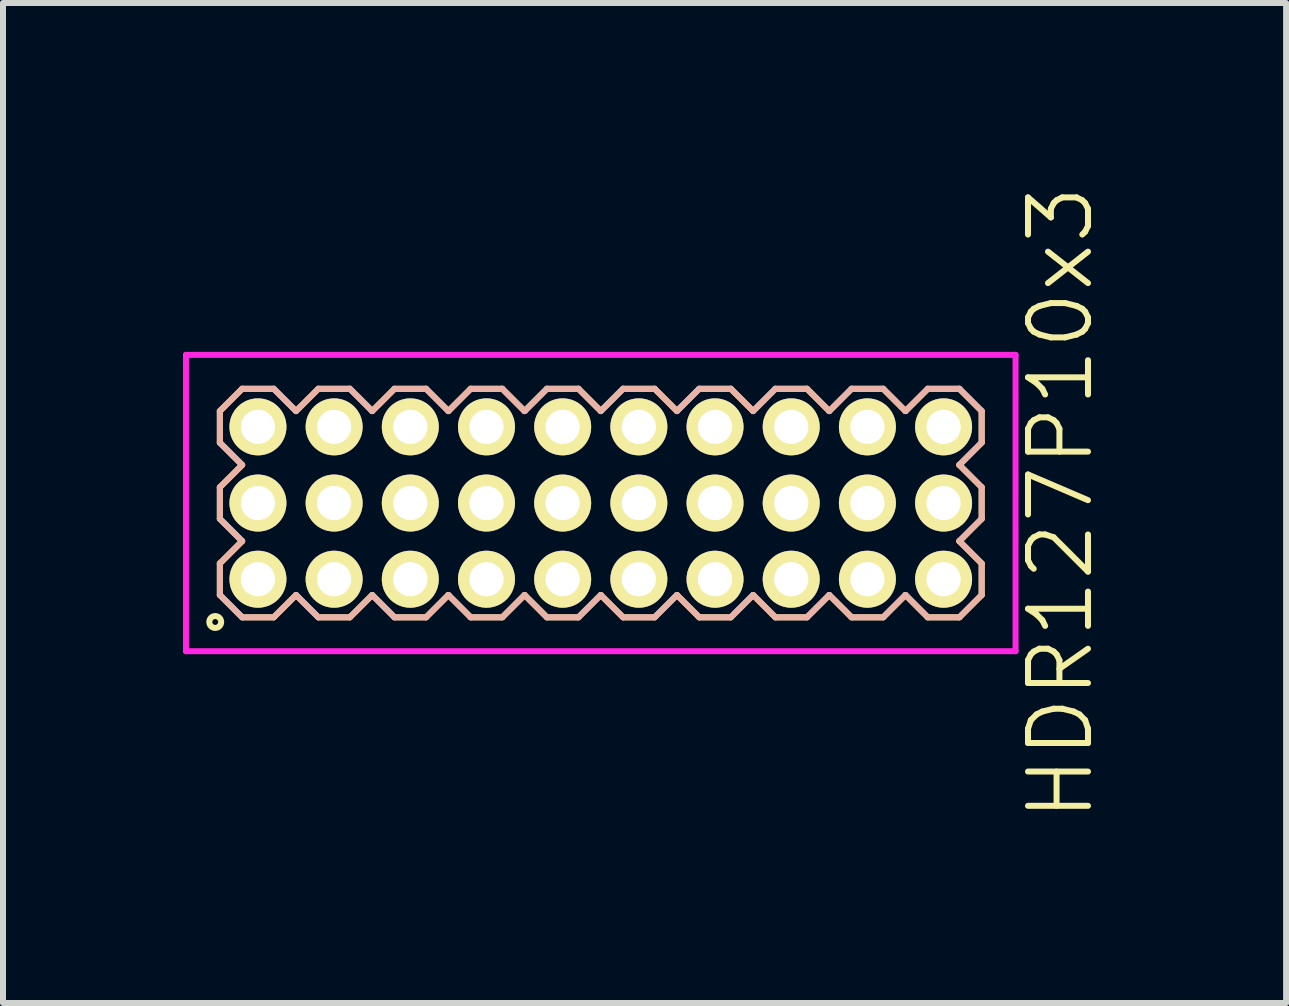
<source format=kicad_pcb>
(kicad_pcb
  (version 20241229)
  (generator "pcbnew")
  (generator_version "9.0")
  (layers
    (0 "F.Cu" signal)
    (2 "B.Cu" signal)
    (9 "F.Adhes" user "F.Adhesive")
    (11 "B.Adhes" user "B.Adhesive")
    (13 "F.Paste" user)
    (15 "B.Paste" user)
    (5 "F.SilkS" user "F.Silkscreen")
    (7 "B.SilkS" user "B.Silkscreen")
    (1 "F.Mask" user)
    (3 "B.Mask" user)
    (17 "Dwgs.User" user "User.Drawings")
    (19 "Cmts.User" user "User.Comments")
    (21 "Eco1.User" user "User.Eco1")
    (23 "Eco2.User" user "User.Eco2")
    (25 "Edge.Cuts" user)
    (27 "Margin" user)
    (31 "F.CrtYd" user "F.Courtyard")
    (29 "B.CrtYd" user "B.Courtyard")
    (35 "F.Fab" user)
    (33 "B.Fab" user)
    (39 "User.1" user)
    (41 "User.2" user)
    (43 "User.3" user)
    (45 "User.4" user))
  (footprint "HDR127P10x3"
    (layer "F.Cu")
    (at 6.965 5.336)
    (property "Reference" "HDR127P10x3" (at 7.665 0 90) (layer "F.SilkS") (effects (font (size 1 1) (thickness 0.1))))
    (attr through_hole)
    (fp_line (start -6.35 -1.533) (end -5.978 -1.905) (stroke (width 0.1) (type solid)) (layer "F.SilkS"))
    (fp_line (start -6.35 -1.007) (end -6.35 -1.533) (stroke (width 0.1) (type solid)) (layer "F.SilkS"))
    (fp_line (start -6.35 -0.263) (end -5.978 -0.635) (stroke (width 0.1) (type solid)) (layer "F.SilkS"))
    (fp_line (start -6.35 0.263) (end -6.35 -0.263) (stroke (width 0.1) (type solid)) (layer "F.SilkS"))
    (fp_line (start -6.35 1.007) (end -5.978 0.635) (stroke (width 0.1) (type solid)) (layer "F.SilkS"))
    (fp_line (start -6.35 1.533) (end -6.35 1.007) (stroke (width 0.1) (type solid)) (layer "F.SilkS"))
    (fp_line (start -5.978 -1.905) (end -5.452 -1.905) (stroke (width 0.1) (type solid)) (layer "F.SilkS"))
    (fp_line (start -5.978 -0.635) (end -6.35 -1.007) (stroke (width 0.1) (type solid)) (layer "F.SilkS"))
    (fp_line (start -5.978 0.635) (end -6.35 0.263) (stroke (width 0.1) (type solid)) (layer "F.SilkS"))
    (fp_line (start -5.978 1.905) (end -6.35 1.533) (stroke (width 0.1) (type solid)) (layer "F.SilkS"))
    (fp_line (start -5.452 -1.905) (end -5.08 -1.533) (stroke (width 0.1) (type solid)) (layer "F.SilkS"))
    (fp_line (start -5.452 1.905) (end -5.978 1.905) (stroke (width 0.1) (type solid)) (layer "F.SilkS"))
    (fp_line (start -5.08 -1.533) (end -4.708 -1.905) (stroke (width 0.1) (type solid)) (layer "F.SilkS"))
    (fp_line (start -5.08 1.533) (end -5.452 1.905) (stroke (width 0.1) (type solid)) (layer "F.SilkS"))
    (fp_line (start -4.708 -1.905) (end -4.182 -1.905) (stroke (width 0.1) (type solid)) (layer "F.SilkS"))
    (fp_line (start -4.708 1.905) (end -5.08 1.533) (stroke (width 0.1) (type solid)) (layer "F.SilkS"))
    (fp_line (start -4.182 -1.905) (end -3.81 -1.533) (stroke (width 0.1) (type solid)) (layer "F.SilkS"))
    (fp_line (start -4.182 1.905) (end -4.708 1.905) (stroke (width 0.1) (type solid)) (layer "F.SilkS"))
    (fp_line (start -3.81 -1.533) (end -3.438 -1.905) (stroke (width 0.1) (type solid)) (layer "F.SilkS"))
    (fp_line (start -3.81 1.533) (end -4.182 1.905) (stroke (width 0.1) (type solid)) (layer "F.SilkS"))
    (fp_line (start -3.438 -1.905) (end -2.912 -1.905) (stroke (width 0.1) (type solid)) (layer "F.SilkS"))
    (fp_line (start -3.438 1.905) (end -3.81 1.533) (stroke (width 0.1) (type solid)) (layer "F.SilkS"))
    (fp_line (start -2.912 -1.905) (end -2.54 -1.533) (stroke (width 0.1) (type solid)) (layer "F.SilkS"))
    (fp_line (start -2.912 1.905) (end -3.438 1.905) (stroke (width 0.1) (type solid)) (layer "F.SilkS"))
    (fp_line (start -2.54 -1.533) (end -2.168 -1.905) (stroke (width 0.1) (type solid)) (layer "F.SilkS"))
    (fp_line (start -2.54 1.533) (end -2.912 1.905) (stroke (width 0.1) (type solid)) (layer "F.SilkS"))
    (fp_line (start -2.168 -1.905) (end -1.642 -1.905) (stroke (width 0.1) (type solid)) (layer "F.SilkS"))
    (fp_line (start -2.168 1.905) (end -2.54 1.533) (stroke (width 0.1) (type solid)) (layer "F.SilkS"))
    (fp_line (start -1.642 -1.905) (end -1.27 -1.533) (stroke (width 0.1) (type solid)) (layer "F.SilkS"))
    (fp_line (start -1.642 1.905) (end -2.168 1.905) (stroke (width 0.1) (type solid)) (layer "F.SilkS"))
    (fp_line (start -1.27 -1.533) (end -0.898 -1.905) (stroke (width 0.1) (type solid)) (layer "F.SilkS"))
    (fp_line (start -1.27 1.533) (end -1.642 1.905) (stroke (width 0.1) (type solid)) (layer "F.SilkS"))
    (fp_line (start -0.898 -1.905) (end -0.372 -1.905) (stroke (width 0.1) (type solid)) (layer "F.SilkS"))
    (fp_line (start -0.898 1.905) (end -1.27 1.533) (stroke (width 0.1) (type solid)) (layer "F.SilkS"))
    (fp_line (start -0.372 -1.905) (end 0 -1.533) (stroke (width 0.1) (type solid)) (layer "F.SilkS"))
    (fp_line (start -0.372 1.905) (end -0.898 1.905) (stroke (width 0.1) (type solid)) (layer "F.SilkS"))
    (fp_line (start 0 -1.533) (end 0.372 -1.905) (stroke (width 0.1) (type solid)) (layer "F.SilkS"))
    (fp_line (start 0 1.533) (end -0.372 1.905) (stroke (width 0.1) (type solid)) (layer "F.SilkS"))
    (fp_line (start 0.372 -1.905) (end 0.898 -1.905) (stroke (width 0.1) (type solid)) (layer "F.SilkS"))
    (fp_line (start 0.372 1.905) (end 0 1.533) (stroke (width 0.1) (type solid)) (layer "F.SilkS"))
    (fp_line (start 0.898 -1.905) (end 1.27 -1.533) (stroke (width 0.1) (type solid)) (layer "F.SilkS"))
    (fp_line (start 0.898 1.905) (end 0.372 1.905) (stroke (width 0.1) (type solid)) (layer "F.SilkS"))
    (fp_line (start 1.27 -1.533) (end 1.642 -1.905) (stroke (width 0.1) (type solid)) (layer "F.SilkS"))
    (fp_line (start 1.27 1.533) (end 0.898 1.905) (stroke (width 0.1) (type solid)) (layer "F.SilkS"))
    (fp_line (start 1.642 -1.905) (end 2.168 -1.905) (stroke (width 0.1) (type solid)) (layer "F.SilkS"))
    (fp_line (start 1.642 1.905) (end 1.27 1.533) (stroke (width 0.1) (type solid)) (layer "F.SilkS"))
    (fp_line (start 2.168 -1.905) (end 2.54 -1.533) (stroke (width 0.1) (type solid)) (layer "F.SilkS"))
    (fp_line (start 2.168 1.905) (end 1.642 1.905) (stroke (width 0.1) (type solid)) (layer "F.SilkS"))
    (fp_line (start 2.54 -1.533) (end 2.912 -1.905) (stroke (width 0.1) (type solid)) (layer "F.SilkS"))
    (fp_line (start 2.54 1.533) (end 2.168 1.905) (stroke (width 0.1) (type solid)) (layer "F.SilkS"))
    (fp_line (start 2.912 -1.905) (end 3.438 -1.905) (stroke (width 0.1) (type solid)) (layer "F.SilkS"))
    (fp_line (start 2.912 1.905) (end 2.54 1.533) (stroke (width 0.1) (type solid)) (layer "F.SilkS"))
    (fp_line (start 3.438 -1.905) (end 3.81 -1.533) (stroke (width 0.1) (type solid)) (layer "F.SilkS"))
    (fp_line (start 3.438 1.905) (end 2.912 1.905) (stroke (width 0.1) (type solid)) (layer "F.SilkS"))
    (fp_line (start 3.81 -1.533) (end 4.182 -1.905) (stroke (width 0.1) (type solid)) (layer "F.SilkS"))
    (fp_line (start 3.81 1.533) (end 3.438 1.905) (stroke (width 0.1) (type solid)) (layer "F.SilkS"))
    (fp_line (start 4.182 -1.905) (end 4.708 -1.905) (stroke (width 0.1) (type solid)) (layer "F.SilkS"))
    (fp_line (start 4.182 1.905) (end 3.81 1.533) (stroke (width 0.1) (type solid)) (layer "F.SilkS"))
    (fp_line (start 4.708 -1.905) (end 5.08 -1.533) (stroke (width 0.1) (type solid)) (layer "F.SilkS"))
    (fp_line (start 4.708 1.905) (end 4.182 1.905) (stroke (width 0.1) (type solid)) (layer "F.SilkS"))
    (fp_line (start 5.08 -1.533) (end 5.452 -1.905) (stroke (width 0.1) (type solid)) (layer "F.SilkS"))
    (fp_line (start 5.08 1.533) (end 4.708 1.905) (stroke (width 0.1) (type solid)) (layer "F.SilkS"))
    (fp_line (start 5.452 -1.905) (end 5.978 -1.905) (stroke (width 0.1) (type solid)) (layer "F.SilkS"))
    (fp_line (start 5.452 1.905) (end 5.08 1.533) (stroke (width 0.1) (type solid)) (layer "F.SilkS"))
    (fp_line (start 5.978 -1.905) (end 6.35 -1.533) (stroke (width 0.1) (type solid)) (layer "F.SilkS"))
    (fp_line (start 5.978 -0.635) (end 6.35 -0.263) (stroke (width 0.1) (type solid)) (layer "F.SilkS"))
    (fp_line (start 5.978 0.635) (end 6.35 1.007) (stroke (width 0.1) (type solid)) (layer "F.SilkS"))
    (fp_line (start 5.978 1.905) (end 5.452 1.905) (stroke (width 0.1) (type solid)) (layer "F.SilkS"))
    (fp_line (start 6.35 -1.533) (end 6.35 -1.007) (stroke (width 0.1) (type solid)) (layer "F.SilkS"))
    (fp_line (start 6.35 -1.007) (end 5.978 -0.635) (stroke (width 0.1) (type solid)) (layer "F.SilkS"))
    (fp_line (start 6.35 -0.263) (end 6.35 0.263) (stroke (width 0.1) (type solid)) (layer "F.SilkS"))
    (fp_line (start 6.35 0.263) (end 5.978 0.635) (stroke (width 0.1) (type solid)) (layer "F.SilkS"))
    (fp_line (start 6.35 1.007) (end 6.35 1.533) (stroke (width 0.1) (type solid)) (layer "F.SilkS"))
    (fp_line (start 6.35 1.533) (end 5.978 1.905) (stroke (width 0.1) (type solid)) (layer "F.SilkS"))
    (fp_circle (center -6.427 1.983) (end -6.328 1.983) (stroke (width 0.1) (type solid)) (fill no) (layer "F.SilkS"))
    (fp_line (start -6.35 -1.533) (end -5.978 -1.905) (stroke (width 0.1) (type solid)) (layer "B.SilkS"))
    (fp_line (start -6.35 -1.007) (end -6.35 -1.533) (stroke (width 0.1) (type solid)) (layer "B.SilkS"))
    (fp_line (start -6.35 -0.263) (end -5.978 -0.635) (stroke (width 0.1) (type solid)) (layer "B.SilkS"))
    (fp_line (start -6.35 0.263) (end -6.35 -0.263) (stroke (width 0.1) (type solid)) (layer "B.SilkS"))
    (fp_line (start -6.35 1.007) (end -5.978 0.635) (stroke (width 0.1) (type solid)) (layer "B.SilkS"))
    (fp_line (start -6.35 1.533) (end -6.35 1.007) (stroke (width 0.1) (type solid)) (layer "B.SilkS"))
    (fp_line (start -5.978 -1.905) (end -5.452 -1.905) (stroke (width 0.1) (type solid)) (layer "B.SilkS"))
    (fp_line (start -5.978 -0.635) (end -6.35 -1.007) (stroke (width 0.1) (type solid)) (layer "B.SilkS"))
    (fp_line (start -5.978 0.635) (end -6.35 0.263) (stroke (width 0.1) (type solid)) (layer "B.SilkS"))
    (fp_line (start -5.978 1.905) (end -6.35 1.533) (stroke (width 0.1) (type solid)) (layer "B.SilkS"))
    (fp_line (start -5.452 -1.905) (end -5.08 -1.533) (stroke (width 0.1) (type solid)) (layer "B.SilkS"))
    (fp_line (start -5.452 1.905) (end -5.978 1.905) (stroke (width 0.1) (type solid)) (layer "B.SilkS"))
    (fp_line (start -5.08 -1.533) (end -4.708 -1.905) (stroke (width 0.1) (type solid)) (layer "B.SilkS"))
    (fp_line (start -5.08 1.533) (end -5.452 1.905) (stroke (width 0.1) (type solid)) (layer "B.SilkS"))
    (fp_line (start -4.708 -1.905) (end -4.182 -1.905) (stroke (width 0.1) (type solid)) (layer "B.SilkS"))
    (fp_line (start -4.708 1.905) (end -5.08 1.533) (stroke (width 0.1) (type solid)) (layer "B.SilkS"))
    (fp_line (start -4.182 -1.905) (end -3.81 -1.533) (stroke (width 0.1) (type solid)) (layer "B.SilkS"))
    (fp_line (start -4.182 1.905) (end -4.708 1.905) (stroke (width 0.1) (type solid)) (layer "B.SilkS"))
    (fp_line (start -3.81 -1.533) (end -3.438 -1.905) (stroke (width 0.1) (type solid)) (layer "B.SilkS"))
    (fp_line (start -3.81 1.533) (end -4.182 1.905) (stroke (width 0.1) (type solid)) (layer "B.SilkS"))
    (fp_line (start -3.438 -1.905) (end -2.912 -1.905) (stroke (width 0.1) (type solid)) (layer "B.SilkS"))
    (fp_line (start -3.438 1.905) (end -3.81 1.533) (stroke (width 0.1) (type solid)) (layer "B.SilkS"))
    (fp_line (start -2.912 -1.905) (end -2.54 -1.533) (stroke (width 0.1) (type solid)) (layer "B.SilkS"))
    (fp_line (start -2.912 1.905) (end -3.438 1.905) (stroke (width 0.1) (type solid)) (layer "B.SilkS"))
    (fp_line (start -2.54 -1.533) (end -2.168 -1.905) (stroke (width 0.1) (type solid)) (layer "B.SilkS"))
    (fp_line (start -2.54 1.533) (end -2.912 1.905) (stroke (width 0.1) (type solid)) (layer "B.SilkS"))
    (fp_line (start -2.168 -1.905) (end -1.642 -1.905) (stroke (width 0.1) (type solid)) (layer "B.SilkS"))
    (fp_line (start -2.168 1.905) (end -2.54 1.533) (stroke (width 0.1) (type solid)) (layer "B.SilkS"))
    (fp_line (start -1.642 -1.905) (end -1.27 -1.533) (stroke (width 0.1) (type solid)) (layer "B.SilkS"))
    (fp_line (start -1.642 1.905) (end -2.168 1.905) (stroke (width 0.1) (type solid)) (layer "B.SilkS"))
    (fp_line (start -1.27 -1.533) (end -0.898 -1.905) (stroke (width 0.1) (type solid)) (layer "B.SilkS"))
    (fp_line (start -1.27 1.533) (end -1.642 1.905) (stroke (width 0.1) (type solid)) (layer "B.SilkS"))
    (fp_line (start -0.898 -1.905) (end -0.372 -1.905) (stroke (width 0.1) (type solid)) (layer "B.SilkS"))
    (fp_line (start -0.898 1.905) (end -1.27 1.533) (stroke (width 0.1) (type solid)) (layer "B.SilkS"))
    (fp_line (start -0.372 -1.905) (end 0 -1.533) (stroke (width 0.1) (type solid)) (layer "B.SilkS"))
    (fp_line (start -0.372 1.905) (end -0.898 1.905) (stroke (width 0.1) (type solid)) (layer "B.SilkS"))
    (fp_line (start 0 -1.533) (end 0.372 -1.905) (stroke (width 0.1) (type solid)) (layer "B.SilkS"))
    (fp_line (start 0 1.533) (end -0.372 1.905) (stroke (width 0.1) (type solid)) (layer "B.SilkS"))
    (fp_line (start 0.372 -1.905) (end 0.898 -1.905) (stroke (width 0.1) (type solid)) (layer "B.SilkS"))
    (fp_line (start 0.372 1.905) (end 0 1.533) (stroke (width 0.1) (type solid)) (layer "B.SilkS"))
    (fp_line (start 0.898 -1.905) (end 1.27 -1.533) (stroke (width 0.1) (type solid)) (layer "B.SilkS"))
    (fp_line (start 0.898 1.905) (end 0.372 1.905) (stroke (width 0.1) (type solid)) (layer "B.SilkS"))
    (fp_line (start 1.27 -1.533) (end 1.642 -1.905) (stroke (width 0.1) (type solid)) (layer "B.SilkS"))
    (fp_line (start 1.27 1.533) (end 0.898 1.905) (stroke (width 0.1) (type solid)) (layer "B.SilkS"))
    (fp_line (start 1.642 -1.905) (end 2.168 -1.905) (stroke (width 0.1) (type solid)) (layer "B.SilkS"))
    (fp_line (start 1.642 1.905) (end 1.27 1.533) (stroke (width 0.1) (type solid)) (layer "B.SilkS"))
    (fp_line (start 2.168 -1.905) (end 2.54 -1.533) (stroke (width 0.1) (type solid)) (layer "B.SilkS"))
    (fp_line (start 2.168 1.905) (end 1.642 1.905) (stroke (width 0.1) (type solid)) (layer "B.SilkS"))
    (fp_line (start 2.54 -1.533) (end 2.912 -1.905) (stroke (width 0.1) (type solid)) (layer "B.SilkS"))
    (fp_line (start 2.54 1.533) (end 2.168 1.905) (stroke (width 0.1) (type solid)) (layer "B.SilkS"))
    (fp_line (start 2.912 -1.905) (end 3.438 -1.905) (stroke (width 0.1) (type solid)) (layer "B.SilkS"))
    (fp_line (start 2.912 1.905) (end 2.54 1.533) (stroke (width 0.1) (type solid)) (layer "B.SilkS"))
    (fp_line (start 3.438 -1.905) (end 3.81 -1.533) (stroke (width 0.1) (type solid)) (layer "B.SilkS"))
    (fp_line (start 3.438 1.905) (end 2.912 1.905) (stroke (width 0.1) (type solid)) (layer "B.SilkS"))
    (fp_line (start 3.81 -1.533) (end 4.182 -1.905) (stroke (width 0.1) (type solid)) (layer "B.SilkS"))
    (fp_line (start 3.81 1.533) (end 3.438 1.905) (stroke (width 0.1) (type solid)) (layer "B.SilkS"))
    (fp_line (start 4.182 -1.905) (end 4.708 -1.905) (stroke (width 0.1) (type solid)) (layer "B.SilkS"))
    (fp_line (start 4.182 1.905) (end 3.81 1.533) (stroke (width 0.1) (type solid)) (layer "B.SilkS"))
    (fp_line (start 4.708 -1.905) (end 5.08 -1.533) (stroke (width 0.1) (type solid)) (layer "B.SilkS"))
    (fp_line (start 4.708 1.905) (end 4.182 1.905) (stroke (width 0.1) (type solid)) (layer "B.SilkS"))
    (fp_line (start 5.08 -1.533) (end 5.452 -1.905) (stroke (width 0.1) (type solid)) (layer "B.SilkS"))
    (fp_line (start 5.08 1.533) (end 4.708 1.905) (stroke (width 0.1) (type solid)) (layer "B.SilkS"))
    (fp_line (start 5.452 -1.905) (end 5.978 -1.905) (stroke (width 0.1) (type solid)) (layer "B.SilkS"))
    (fp_line (start 5.452 1.905) (end 5.08 1.533) (stroke (width 0.1) (type solid)) (layer "B.SilkS"))
    (fp_line (start 5.978 -1.905) (end 6.35 -1.533) (stroke (width 0.1) (type solid)) (layer "B.SilkS"))
    (fp_line (start 5.978 -0.635) (end 6.35 -0.263) (stroke (width 0.1) (type solid)) (layer "B.SilkS"))
    (fp_line (start 5.978 0.635) (end 6.35 1.007) (stroke (width 0.1) (type solid)) (layer "B.SilkS"))
    (fp_line (start 5.978 1.905) (end 5.452 1.905) (stroke (width 0.1) (type solid)) (layer "B.SilkS"))
    (fp_line (start 6.35 -1.533) (end 6.35 -1.007) (stroke (width 0.1) (type solid)) (layer "B.SilkS"))
    (fp_line (start 6.35 -1.007) (end 5.978 -0.635) (stroke (width 0.1) (type solid)) (layer "B.SilkS"))
    (fp_line (start 6.35 -0.263) (end 6.35 0.263) (stroke (width 0.1) (type solid)) (layer "B.SilkS"))
    (fp_line (start 6.35 0.263) (end 5.978 0.635) (stroke (width 0.1) (type solid)) (layer "B.SilkS"))
    (fp_line (start 6.35 1.007) (end 6.35 1.533) (stroke (width 0.1) (type solid)) (layer "B.SilkS"))
    (fp_line (start 6.35 1.533) (end 5.978 1.905) (stroke (width 0.1) (type solid)) (layer "B.SilkS"))
    (fp_line (start -6.915 -2.47) (end -6.915 2.47) (stroke (width 0.1) (type solid)) (layer "F.CrtYd"))
    (fp_line (start -6.915 2.47) (end 6.915 2.47) (stroke (width 0.1) (type solid)) (layer "F.CrtYd"))
    (fp_line (start 6.915 -2.47) (end -6.915 -2.47) (stroke (width 0.1) (type solid)) (layer "F.CrtYd"))
    (fp_line (start 6.915 2.47) (end 6.915 -2.47) (stroke (width 0.1) (type solid)) (layer "F.CrtYd"))
    (pad "1" thru_hole oval (at -5.715 1.27) (size 0.95 0.95) (drill 0.57) (layers "*.Cu" "*.Mask" "F.SilkS"))
    (pad "2" thru_hole oval (at -5.715 0) (size 0.95 0.95) (drill 0.57) (layers "*.Cu" "*.Mask" "F.SilkS"))
    (pad "3" thru_hole oval (at -5.715 -1.27) (size 0.95 0.95) (drill 0.57) (layers "*.Cu" "*.Mask" "F.SilkS"))
    (pad "4" thru_hole oval (at -4.445 1.27) (size 0.95 0.95) (drill 0.57) (layers "*.Cu" "*.Mask" "F.SilkS"))
    (pad "5" thru_hole oval (at -4.445 0) (size 0.95 0.95) (drill 0.57) (layers "*.Cu" "*.Mask" "F.SilkS"))
    (pad "6" thru_hole oval (at -4.445 -1.27) (size 0.95 0.95) (drill 0.57) (layers "*.Cu" "*.Mask" "F.SilkS"))
    (pad "7" thru_hole oval (at -3.175 1.27) (size 0.95 0.95) (drill 0.57) (layers "*.Cu" "*.Mask" "F.SilkS"))
    (pad "8" thru_hole oval (at -3.175 0) (size 0.95 0.95) (drill 0.57) (layers "*.Cu" "*.Mask" "F.SilkS"))
    (pad "9" thru_hole oval (at -3.175 -1.27) (size 0.95 0.95) (drill 0.57) (layers "*.Cu" "*.Mask" "F.SilkS"))
    (pad "10" thru_hole oval (at -1.905 1.27) (size 0.95 0.95) (drill 0.57) (layers "*.Cu" "*.Mask" "F.SilkS"))
    (pad "11" thru_hole oval (at -1.905 0) (size 0.95 0.95) (drill 0.57) (layers "*.Cu" "*.Mask" "F.SilkS"))
    (pad "12" thru_hole oval (at -1.905 -1.27) (size 0.95 0.95) (drill 0.57) (layers "*.Cu" "*.Mask" "F.SilkS"))
    (pad "13" thru_hole oval (at -0.635 1.27) (size 0.95 0.95) (drill 0.57) (layers "*.Cu" "*.Mask" "F.SilkS"))
    (pad "14" thru_hole oval (at -0.635 0) (size 0.95 0.95) (drill 0.57) (layers "*.Cu" "*.Mask" "F.SilkS"))
    (pad "15" thru_hole oval (at -0.635 -1.27) (size 0.95 0.95) (drill 0.57) (layers "*.Cu" "*.Mask" "F.SilkS"))
    (pad "16" thru_hole oval (at 0.635 1.27) (size 0.95 0.95) (drill 0.57) (layers "*.Cu" "*.Mask" "F.SilkS"))
    (pad "17" thru_hole oval (at 0.635 0) (size 0.95 0.95) (drill 0.57) (layers "*.Cu" "*.Mask" "F.SilkS"))
    (pad "18" thru_hole oval (at 0.635 -1.27) (size 0.95 0.95) (drill 0.57) (layers "*.Cu" "*.Mask" "F.SilkS"))
    (pad "19" thru_hole oval (at 1.905 1.27) (size 0.95 0.95) (drill 0.57) (layers "*.Cu" "*.Mask" "F.SilkS"))
    (pad "20" thru_hole oval (at 1.905 0) (size 0.95 0.95) (drill 0.57) (layers "*.Cu" "*.Mask" "F.SilkS"))
    (pad "21" thru_hole oval (at 1.905 -1.27) (size 0.95 0.95) (drill 0.57) (layers "*.Cu" "*.Mask" "F.SilkS"))
    (pad "22" thru_hole oval (at 3.175 1.27) (size 0.95 0.95) (drill 0.57) (layers "*.Cu" "*.Mask" "F.SilkS"))
    (pad "23" thru_hole oval (at 3.175 0) (size 0.95 0.95) (drill 0.57) (layers "*.Cu" "*.Mask" "F.SilkS"))
    (pad "24" thru_hole oval (at 3.175 -1.27) (size 0.95 0.95) (drill 0.57) (layers "*.Cu" "*.Mask" "F.SilkS"))
    (pad "25" thru_hole oval (at 4.445 1.27) (size 0.95 0.95) (drill 0.57) (layers "*.Cu" "*.Mask" "F.SilkS"))
    (pad "26" thru_hole oval (at 4.445 0) (size 0.95 0.95) (drill 0.57) (layers "*.Cu" "*.Mask" "F.SilkS"))
    (pad "27" thru_hole oval (at 4.445 -1.27) (size 0.95 0.95) (drill 0.57) (layers "*.Cu" "*.Mask" "F.SilkS"))
    (pad "28" thru_hole oval (at 5.715 1.27) (size 0.95 0.95) (drill 0.57) (layers "*.Cu" "*.Mask" "F.SilkS"))
    (pad "29" thru_hole oval (at 5.715 0) (size 0.95 0.95) (drill 0.57) (layers "*.Cu" "*.Mask" "F.SilkS"))
    (pad "30" thru_hole oval (at 5.715 -1.27) (size 0.95 0.95) (drill 0.57) (layers "*.Cu" "*.Mask" "F.SilkS")))
  (gr_rect
    (start -3 -3)
    (end 18.39 13.671)
    (stroke (width 0.1) (type default))
    (fill no)
    (layer "Edge.Cuts")))
</source>
